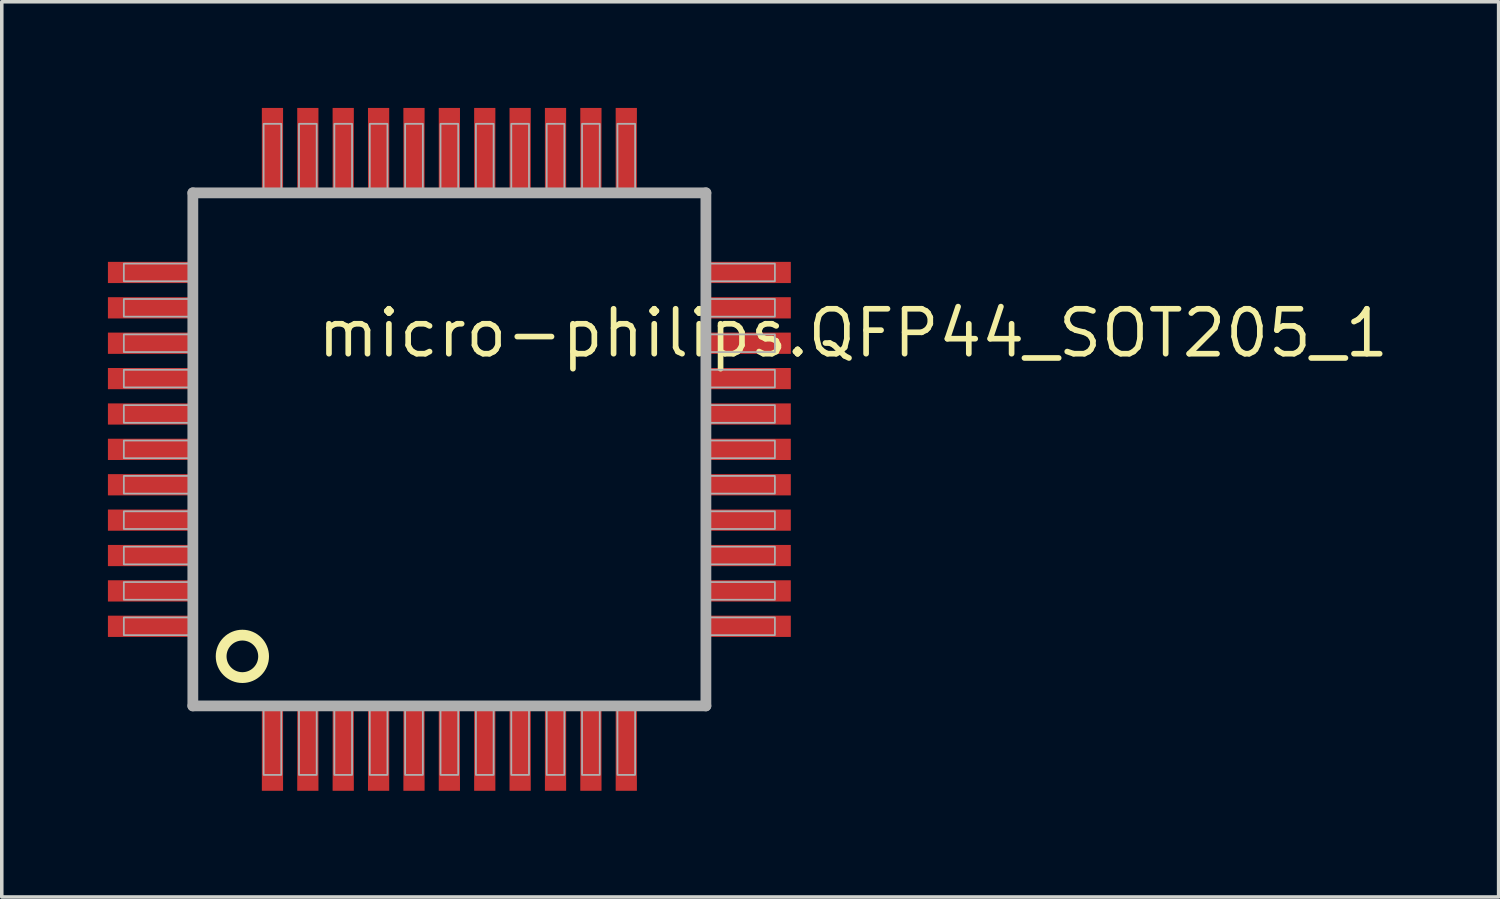
<source format=kicad_pcb>
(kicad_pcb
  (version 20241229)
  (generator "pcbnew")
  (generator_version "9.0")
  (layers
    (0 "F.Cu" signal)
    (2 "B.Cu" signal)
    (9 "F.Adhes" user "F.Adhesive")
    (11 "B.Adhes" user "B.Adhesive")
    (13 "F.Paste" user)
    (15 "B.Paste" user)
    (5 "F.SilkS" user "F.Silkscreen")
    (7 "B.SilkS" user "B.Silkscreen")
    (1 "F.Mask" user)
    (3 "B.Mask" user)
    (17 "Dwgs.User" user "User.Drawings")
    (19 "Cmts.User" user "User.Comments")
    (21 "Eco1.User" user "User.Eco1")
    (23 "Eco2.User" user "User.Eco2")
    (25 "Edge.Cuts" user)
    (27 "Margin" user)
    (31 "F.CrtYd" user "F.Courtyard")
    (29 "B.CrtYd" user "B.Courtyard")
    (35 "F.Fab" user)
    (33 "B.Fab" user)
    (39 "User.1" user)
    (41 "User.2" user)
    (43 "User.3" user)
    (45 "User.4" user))
  (footprint "micro-philips.QFP44_SOT205_1"
    (layer "F.Cu")
    (at 9.65 9.65)
    (property "Reference" "micro-philips.QFP44_SOT205_1" (at -3.81 -2.54 0) (layer "F.SilkS") (effects (font (size 1.27 1.27) (thickness 0.16)) (justify left bottom)))
    (attr smd)
    (fp_circle (center -5.85 5.85) (end -5.25 5.85) (stroke (width 0.305) (type default)) (fill no) (layer "F.SilkS"))
    (fp_line (start -7.25 -7.25) (end 7.25 -7.25) (stroke (width 0.305) (type default)) (layer "F.Fab"))
    (fp_line (start -7.25 7.25) (end -7.25 -7.25) (stroke (width 0.305) (type default)) (layer "F.Fab"))
    (fp_line (start 7.25 -7.25) (end 7.25 7.25) (stroke (width 0.305) (type default)) (layer "F.Fab"))
    (fp_line (start 7.25 7.25) (end -7.25 7.25) (stroke (width 0.305) (type default)) (layer "F.Fab"))
    (fp_rect (start -9.2 -4.75) (end -7.35 -5.25) (stroke (width 0.05) (type default)) (fill no) (layer "F.Fab"))
    (fp_rect (start -9.2 -3.75) (end -7.35 -4.25) (stroke (width 0.05) (type default)) (fill no) (layer "F.Fab"))
    (fp_rect (start -9.2 -2.75) (end -7.35 -3.25) (stroke (width 0.05) (type default)) (fill no) (layer "F.Fab"))
    (fp_rect (start -9.2 -1.75) (end -7.35 -2.25) (stroke (width 0.05) (type default)) (fill no) (layer "F.Fab"))
    (fp_rect (start -9.2 -0.75) (end -7.35 -1.25) (stroke (width 0.05) (type default)) (fill no) (layer "F.Fab"))
    (fp_rect (start -9.2 0.25) (end -7.35 -0.25) (stroke (width 0.05) (type default)) (fill no) (layer "F.Fab"))
    (fp_rect (start -9.2 1.25) (end -7.35 0.75) (stroke (width 0.05) (type default)) (fill no) (layer "F.Fab"))
    (fp_rect (start -9.2 2.25) (end -7.35 1.75) (stroke (width 0.05) (type default)) (fill no) (layer "F.Fab"))
    (fp_rect (start -9.2 3.25) (end -7.35 2.75) (stroke (width 0.05) (type default)) (fill no) (layer "F.Fab"))
    (fp_rect (start -9.2 4.25) (end -7.35 3.75) (stroke (width 0.05) (type default)) (fill no) (layer "F.Fab"))
    (fp_rect (start -9.2 5.25) (end -7.35 4.75) (stroke (width 0.05) (type default)) (fill no) (layer "F.Fab"))
    (fp_rect (start -5.25 -7.35) (end -4.75 -9.2) (stroke (width 0.05) (type default)) (fill no) (layer "F.Fab"))
    (fp_rect (start -5.25 9.2) (end -4.75 7.35) (stroke (width 0.05) (type default)) (fill no) (layer "F.Fab"))
    (fp_rect (start -4.25 -7.35) (end -3.75 -9.2) (stroke (width 0.05) (type default)) (fill no) (layer "F.Fab"))
    (fp_rect (start -4.25 9.2) (end -3.75 7.35) (stroke (width 0.05) (type default)) (fill no) (layer "F.Fab"))
    (fp_rect (start -3.25 -7.35) (end -2.75 -9.2) (stroke (width 0.05) (type default)) (fill no) (layer "F.Fab"))
    (fp_rect (start -3.25 9.2) (end -2.75 7.35) (stroke (width 0.05) (type default)) (fill no) (layer "F.Fab"))
    (fp_rect (start -2.25 -7.35) (end -1.75 -9.2) (stroke (width 0.05) (type default)) (fill no) (layer "F.Fab"))
    (fp_rect (start -2.25 9.2) (end -1.75 7.35) (stroke (width 0.05) (type default)) (fill no) (layer "F.Fab"))
    (fp_rect (start -1.25 -7.35) (end -0.75 -9.2) (stroke (width 0.05) (type default)) (fill no) (layer "F.Fab"))
    (fp_rect (start -1.25 9.2) (end -0.75 7.35) (stroke (width 0.05) (type default)) (fill no) (layer "F.Fab"))
    (fp_rect (start -0.25 -7.35) (end 0.25 -9.2) (stroke (width 0.05) (type default)) (fill no) (layer "F.Fab"))
    (fp_rect (start -0.25 9.2) (end 0.25 7.35) (stroke (width 0.05) (type default)) (fill no) (layer "F.Fab"))
    (fp_rect (start 0.75 -7.35) (end 1.25 -9.2) (stroke (width 0.05) (type default)) (fill no) (layer "F.Fab"))
    (fp_rect (start 0.75 9.2) (end 1.25 7.35) (stroke (width 0.05) (type default)) (fill no) (layer "F.Fab"))
    (fp_rect (start 1.75 -7.35) (end 2.25 -9.2) (stroke (width 0.05) (type default)) (fill no) (layer "F.Fab"))
    (fp_rect (start 1.75 9.2) (end 2.25 7.35) (stroke (width 0.05) (type default)) (fill no) (layer "F.Fab"))
    (fp_rect (start 2.75 -7.35) (end 3.25 -9.2) (stroke (width 0.05) (type default)) (fill no) (layer "F.Fab"))
    (fp_rect (start 2.75 9.2) (end 3.25 7.35) (stroke (width 0.05) (type default)) (fill no) (layer "F.Fab"))
    (fp_rect (start 3.75 -7.35) (end 4.25 -9.2) (stroke (width 0.05) (type default)) (fill no) (layer "F.Fab"))
    (fp_rect (start 3.75 9.2) (end 4.25 7.35) (stroke (width 0.05) (type default)) (fill no) (layer "F.Fab"))
    (fp_rect (start 4.75 -7.35) (end 5.25 -9.2) (stroke (width 0.05) (type default)) (fill no) (layer "F.Fab"))
    (fp_rect (start 4.75 9.2) (end 5.25 7.35) (stroke (width 0.05) (type default)) (fill no) (layer "F.Fab"))
    (fp_rect (start 7.35 -4.75) (end 9.2 -5.25) (stroke (width 0.05) (type default)) (fill no) (layer "F.Fab"))
    (fp_rect (start 7.35 -3.75) (end 9.2 -4.25) (stroke (width 0.05) (type default)) (fill no) (layer "F.Fab"))
    (fp_rect (start 7.35 -2.75) (end 9.2 -3.25) (stroke (width 0.05) (type default)) (fill no) (layer "F.Fab"))
    (fp_rect (start 7.35 -1.75) (end 9.2 -2.25) (stroke (width 0.05) (type default)) (fill no) (layer "F.Fab"))
    (fp_rect (start 7.35 -0.75) (end 9.2 -1.25) (stroke (width 0.05) (type default)) (fill no) (layer "F.Fab"))
    (fp_rect (start 7.35 0.25) (end 9.2 -0.25) (stroke (width 0.05) (type default)) (fill no) (layer "F.Fab"))
    (fp_rect (start 7.35 1.25) (end 9.2 0.75) (stroke (width 0.05) (type default)) (fill no) (layer "F.Fab"))
    (fp_rect (start 7.35 2.25) (end 9.2 1.75) (stroke (width 0.05) (type default)) (fill no) (layer "F.Fab"))
    (fp_rect (start 7.35 3.25) (end 9.2 2.75) (stroke (width 0.05) (type default)) (fill no) (layer "F.Fab"))
    (fp_rect (start 7.35 4.25) (end 9.2 3.75) (stroke (width 0.05) (type default)) (fill no) (layer "F.Fab"))
    (fp_rect (start 7.35 5.25) (end 9.2 4.75) (stroke (width 0.05) (type default)) (fill no) (layer "F.Fab"))
    (pad "1" smd roundrect (at -5 8.5) (size 0.6 2.3) (layers "F.Cu" "F.Mask" "F.Paste") (roundrect_rratio 0.01))
    (pad "2" smd roundrect (at -4 8.5) (size 0.6 2.3) (layers "F.Cu" "F.Mask" "F.Paste") (roundrect_rratio 0.01))
    (pad "3" smd roundrect (at -3 8.5) (size 0.6 2.3) (layers "F.Cu" "F.Mask" "F.Paste") (roundrect_rratio 0.01))
    (pad "4" smd roundrect (at -2 8.5) (size 0.6 2.3) (layers "F.Cu" "F.Mask" "F.Paste") (roundrect_rratio 0.01))
    (pad "5" smd roundrect (at -1 8.5) (size 0.6 2.3) (layers "F.Cu" "F.Mask" "F.Paste") (roundrect_rratio 0.01))
    (pad "6" smd roundrect (at 0 8.5) (size 0.6 2.3) (layers "F.Cu" "F.Mask" "F.Paste") (roundrect_rratio 0.01))
    (pad "7" smd roundrect (at 1 8.5) (size 0.6 2.3) (layers "F.Cu" "F.Mask" "F.Paste") (roundrect_rratio 0.01))
    (pad "8" smd roundrect (at 2 8.5) (size 0.6 2.3) (layers "F.Cu" "F.Mask" "F.Paste") (roundrect_rratio 0.01))
    (pad "9" smd roundrect (at 3 8.5) (size 0.6 2.3) (layers "F.Cu" "F.Mask" "F.Paste") (roundrect_rratio 0.01))
    (pad "10" smd roundrect (at 4 8.5) (size 0.6 2.3) (layers "F.Cu" "F.Mask" "F.Paste") (roundrect_rratio 0.01))
    (pad "11" smd roundrect (at 5 8.5) (size 0.6 2.3) (layers "F.Cu" "F.Mask" "F.Paste") (roundrect_rratio 0.01))
    (pad "12" smd roundrect (at 8.5 5) (size 2.3 0.6) (layers "F.Cu" "F.Mask" "F.Paste") (roundrect_rratio 0.01))
    (pad "13" smd roundrect (at 8.5 4) (size 2.3 0.6) (layers "F.Cu" "F.Mask" "F.Paste") (roundrect_rratio 0.01))
    (pad "14" smd roundrect (at 8.5 3) (size 2.3 0.6) (layers "F.Cu" "F.Mask" "F.Paste") (roundrect_rratio 0.01))
    (pad "15" smd roundrect (at 8.5 2) (size 2.3 0.6) (layers "F.Cu" "F.Mask" "F.Paste") (roundrect_rratio 0.01))
    (pad "16" smd roundrect (at 8.5 1) (size 2.3 0.6) (layers "F.Cu" "F.Mask" "F.Paste") (roundrect_rratio 0.01))
    (pad "17" smd roundrect (at 8.5 0) (size 2.3 0.6) (layers "F.Cu" "F.Mask" "F.Paste") (roundrect_rratio 0.01))
    (pad "18" smd roundrect (at 8.5 -1) (size 2.3 0.6) (layers "F.Cu" "F.Mask" "F.Paste") (roundrect_rratio 0.01))
    (pad "19" smd roundrect (at 8.5 -2) (size 2.3 0.6) (layers "F.Cu" "F.Mask" "F.Paste") (roundrect_rratio 0.01))
    (pad "20" smd roundrect (at 8.5 -3) (size 2.3 0.6) (layers "F.Cu" "F.Mask" "F.Paste") (roundrect_rratio 0.01))
    (pad "21" smd roundrect (at 8.5 -4) (size 2.3 0.6) (layers "F.Cu" "F.Mask" "F.Paste") (roundrect_rratio 0.01))
    (pad "22" smd roundrect (at 8.5 -5) (size 2.3 0.6) (layers "F.Cu" "F.Mask" "F.Paste") (roundrect_rratio 0.01))
    (pad "23" smd roundrect (at 5 -8.5) (size 0.6 2.3) (layers "F.Cu" "F.Mask" "F.Paste") (roundrect_rratio 0.01))
    (pad "24" smd roundrect (at 4 -8.5) (size 0.6 2.3) (layers "F.Cu" "F.Mask" "F.Paste") (roundrect_rratio 0.01))
    (pad "25" smd roundrect (at 3 -8.5) (size 0.6 2.3) (layers "F.Cu" "F.Mask" "F.Paste") (roundrect_rratio 0.01))
    (pad "26" smd roundrect (at 2 -8.5) (size 0.6 2.3) (layers "F.Cu" "F.Mask" "F.Paste") (roundrect_rratio 0.01))
    (pad "27" smd roundrect (at 1 -8.5) (size 0.6 2.3) (layers "F.Cu" "F.Mask" "F.Paste") (roundrect_rratio 0.01))
    (pad "28" smd roundrect (at 0 -8.5) (size 0.6 2.3) (layers "F.Cu" "F.Mask" "F.Paste") (roundrect_rratio 0.01))
    (pad "29" smd roundrect (at -1 -8.5) (size 0.6 2.3) (layers "F.Cu" "F.Mask" "F.Paste") (roundrect_rratio 0.01))
    (pad "30" smd roundrect (at -2 -8.5) (size 0.6 2.3) (layers "F.Cu" "F.Mask" "F.Paste") (roundrect_rratio 0.01))
    (pad "31" smd roundrect (at -3 -8.5) (size 0.6 2.3) (layers "F.Cu" "F.Mask" "F.Paste") (roundrect_rratio 0.01))
    (pad "32" smd roundrect (at -4 -8.5) (size 0.6 2.3) (layers "F.Cu" "F.Mask" "F.Paste") (roundrect_rratio 0.01))
    (pad "33" smd roundrect (at -5 -8.5) (size 0.6 2.3) (layers "F.Cu" "F.Mask" "F.Paste") (roundrect_rratio 0.01))
    (pad "34" smd roundrect (at -8.5 -5) (size 2.3 0.6) (layers "F.Cu" "F.Mask" "F.Paste") (roundrect_rratio 0.01))
    (pad "35" smd roundrect (at -8.5 -4) (size 2.3 0.6) (layers "F.Cu" "F.Mask" "F.Paste") (roundrect_rratio 0.01))
    (pad "36" smd roundrect (at -8.5 -3) (size 2.3 0.6) (layers "F.Cu" "F.Mask" "F.Paste") (roundrect_rratio 0.01))
    (pad "37" smd roundrect (at -8.5 -2) (size 2.3 0.6) (layers "F.Cu" "F.Mask" "F.Paste") (roundrect_rratio 0.01))
    (pad "38" smd roundrect (at -8.5 -1) (size 2.3 0.6) (layers "F.Cu" "F.Mask" "F.Paste") (roundrect_rratio 0.01))
    (pad "39" smd roundrect (at -8.5 0) (size 2.3 0.6) (layers "F.Cu" "F.Mask" "F.Paste") (roundrect_rratio 0.01))
    (pad "40" smd roundrect (at -8.5 1) (size 2.3 0.6) (layers "F.Cu" "F.Mask" "F.Paste") (roundrect_rratio 0.01))
    (pad "41" smd roundrect (at -8.5 2) (size 2.3 0.6) (layers "F.Cu" "F.Mask" "F.Paste") (roundrect_rratio 0.01))
    (pad "42" smd roundrect (at -8.5 3) (size 2.3 0.6) (layers "F.Cu" "F.Mask" "F.Paste") (roundrect_rratio 0.01))
    (pad "43" smd roundrect (at -8.5 4) (size 2.3 0.6) (layers "F.Cu" "F.Mask" "F.Paste") (roundrect_rratio 0.01))
    (pad "44" smd roundrect (at -8.5 5) (size 2.3 0.6) (layers "F.Cu" "F.Mask" "F.Paste") (roundrect_rratio 0.01)))
  (gr_rect
    (start -3 -3)
    (end 39.304 22.3)
    (stroke (width 0.1) (type default))
    (fill no)
    (layer "Edge.Cuts")))
</source>
